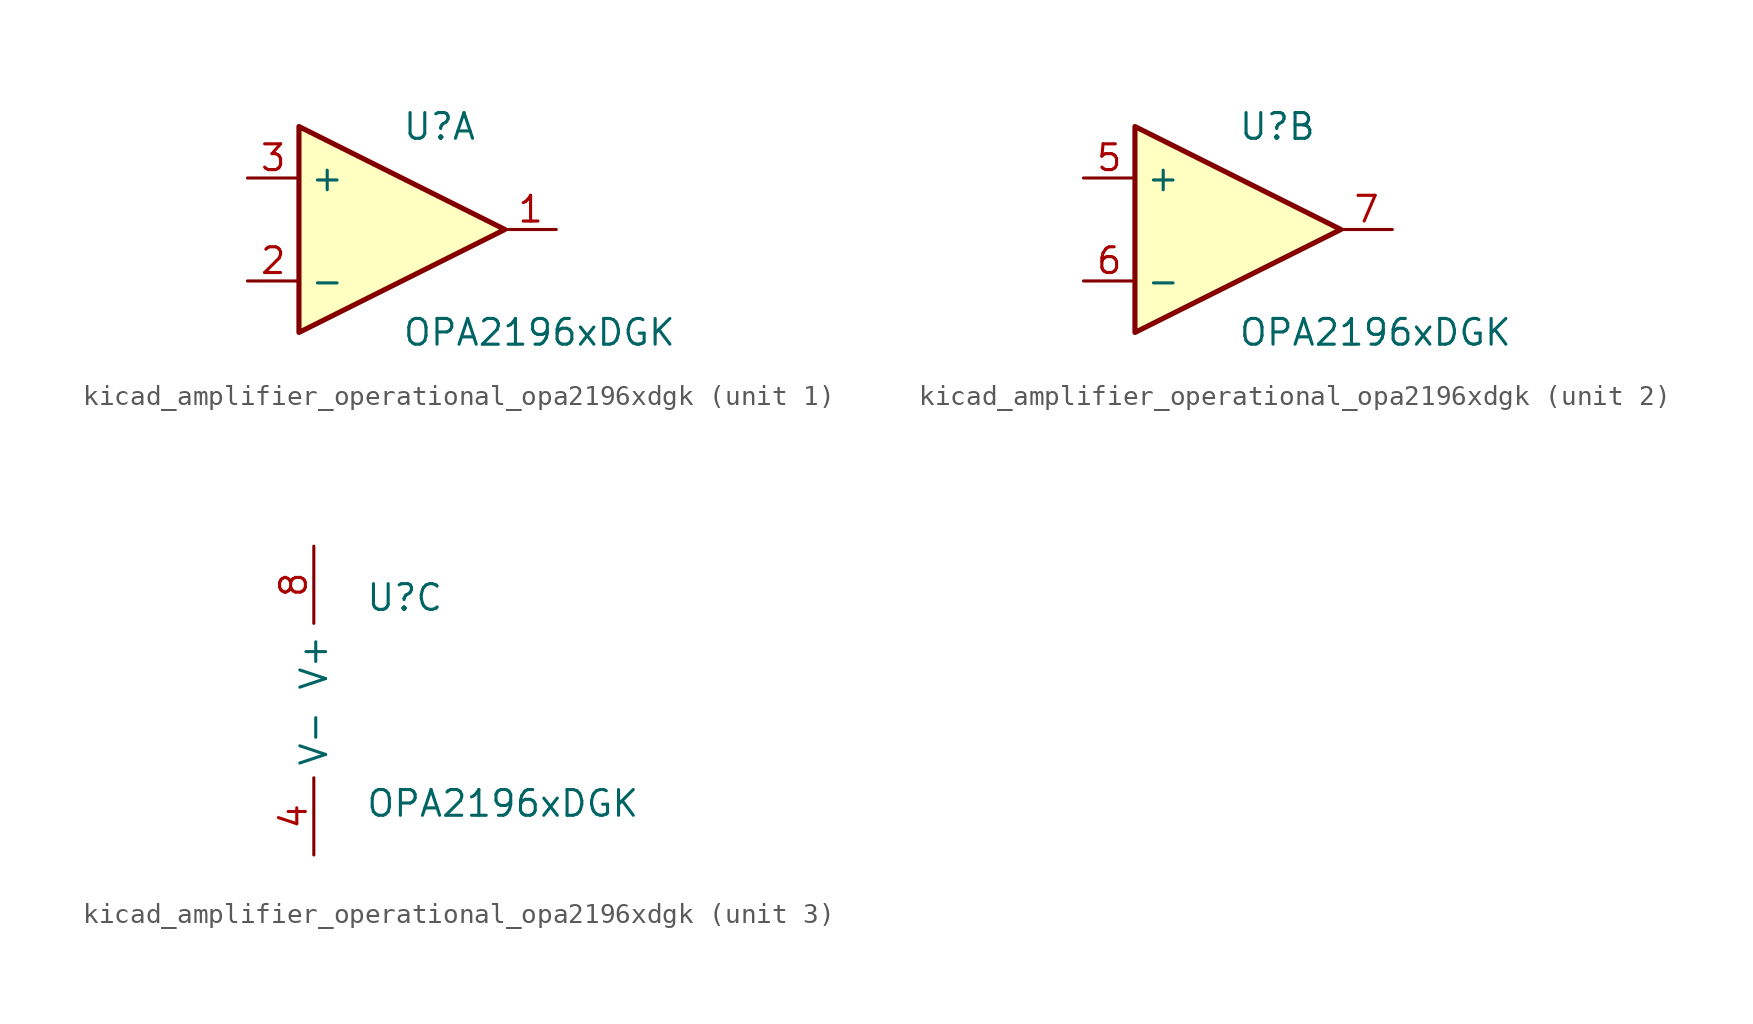
<source format=kicad_sym>
(kicad_symbol_lib
  (version 20220914)
  (generator kicad_symbol_editor)
  (symbol "kicad_amplifier_operational_opa2196xdgk"
    (property "Reference" "U"
      (at 0 5.08 0)
      (effects (font (size 1.27 1.27)) (justify left)))
    (property "Value" "OPA2196xDGK"
      (at 0 -5.08 0)
      (effects (font (size 1.27 1.27)) (justify left)))
    (property "ki_locked" ""
      (at 0 0 0)
      (effects (font (size 1.27 1.27))))
    (symbol "kicad_amplifier_operational_opa2196xdgk_1_1"
      (polyline (pts (xy -5.08 5.08) (xy 5.08 0) (xy -5.08 -5.08) (xy -5.08 5.08)) (stroke (width 0.254) (type default)) (fill (type background)))
      (pin output line (at 7.62 0 180) (length 2.54) (name "~" (effects (font (size 1.27 1.27)))) (number "1" (effects (font (size 1.27 1.27)))))
      (pin input line (at -7.62 -2.54 0) (length 2.54) (name "-" (effects (font (size 1.27 1.27)))) (number "2" (effects (font (size 1.27 1.27)))))
      (pin input line (at -7.62 2.54 0) (length 2.54) (name "+" (effects (font (size 1.27 1.27)))) (number "3" (effects (font (size 1.27 1.27))))))
    (symbol "kicad_amplifier_operational_opa2196xdgk_2_1"
      (polyline (pts (xy -5.08 5.08) (xy 5.08 0) (xy -5.08 -5.08) (xy -5.08 5.08)) (stroke (width 0.254) (type default)) (fill (type background)))
      (pin input line (at -7.62 2.54 0) (length 2.54) (name "+" (effects (font (size 1.27 1.27)))) (number "5" (effects (font (size 1.27 1.27)))))
      (pin input line (at -7.62 -2.54 0) (length 2.54) (name "-" (effects (font (size 1.27 1.27)))) (number "6" (effects (font (size 1.27 1.27)))))
      (pin output line (at 7.62 0 180) (length 2.54) (name "~" (effects (font (size 1.27 1.27)))) (number "7" (effects (font (size 1.27 1.27))))))
    (symbol "kicad_amplifier_operational_opa2196xdgk_3_1"
      (pin power_in line (at -2.54 -7.62 90) (length 3.81) (name "V-" (effects (font (size 1.27 1.27)))) (number "4" (effects (font (size 1.27 1.27)))))
      (pin power_in line (at -2.54 7.62 270) (length 3.81) (name "V+" (effects (font (size 1.27 1.27)))) (number "8" (effects (font (size 1.27 1.27))))))))
</source>
